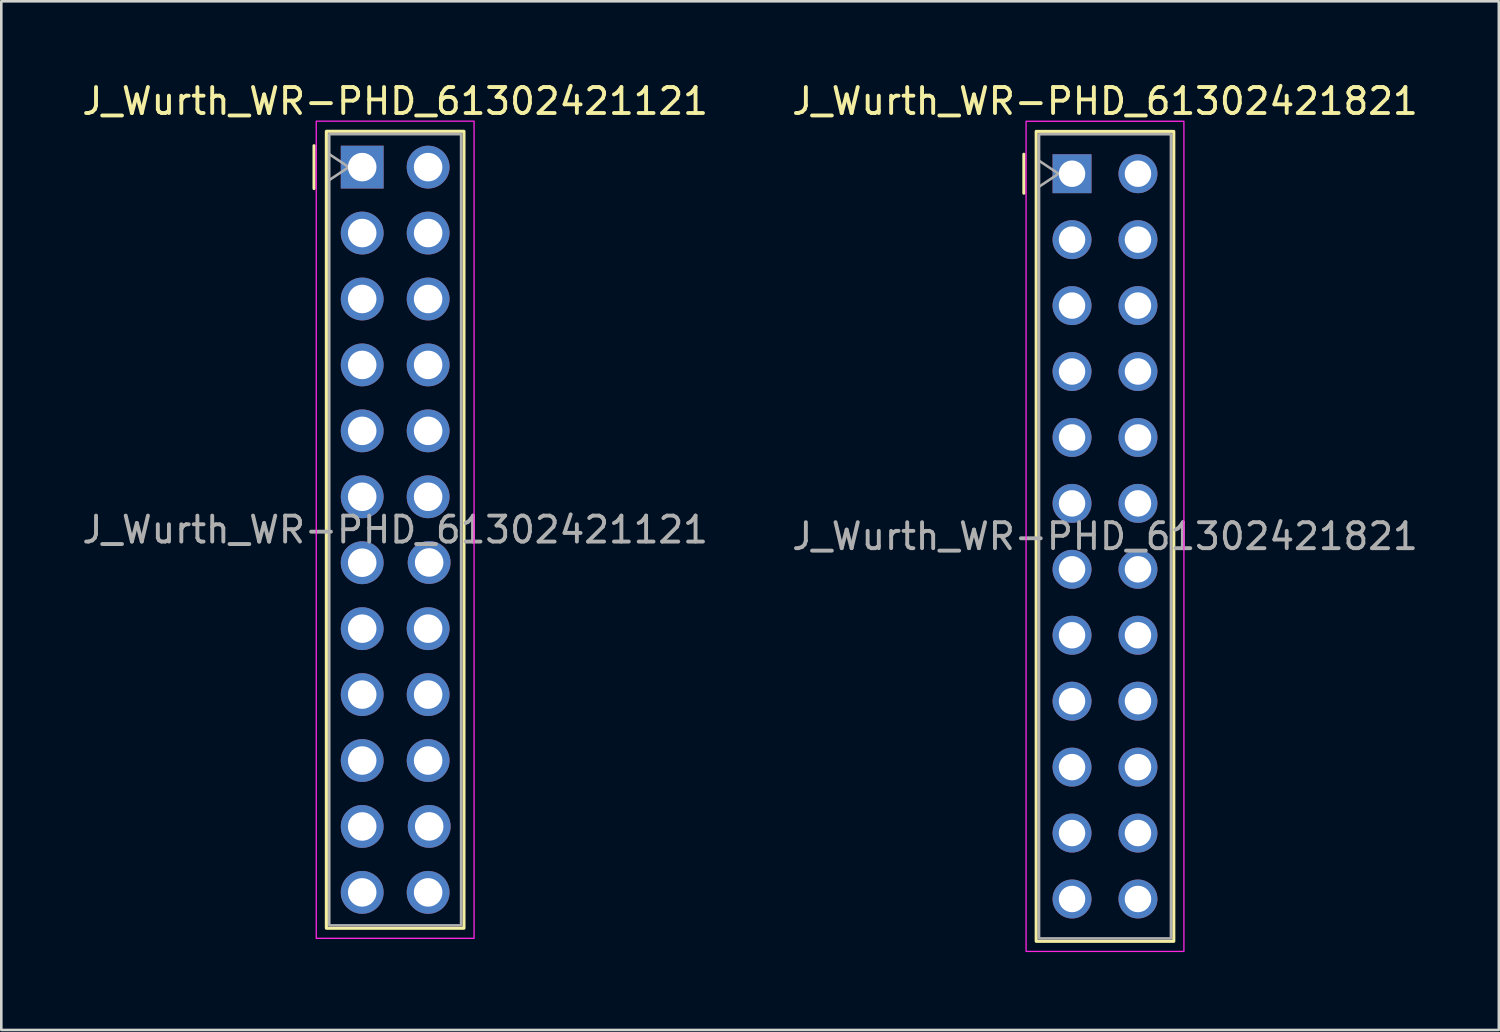
<source format=kicad_pcb>
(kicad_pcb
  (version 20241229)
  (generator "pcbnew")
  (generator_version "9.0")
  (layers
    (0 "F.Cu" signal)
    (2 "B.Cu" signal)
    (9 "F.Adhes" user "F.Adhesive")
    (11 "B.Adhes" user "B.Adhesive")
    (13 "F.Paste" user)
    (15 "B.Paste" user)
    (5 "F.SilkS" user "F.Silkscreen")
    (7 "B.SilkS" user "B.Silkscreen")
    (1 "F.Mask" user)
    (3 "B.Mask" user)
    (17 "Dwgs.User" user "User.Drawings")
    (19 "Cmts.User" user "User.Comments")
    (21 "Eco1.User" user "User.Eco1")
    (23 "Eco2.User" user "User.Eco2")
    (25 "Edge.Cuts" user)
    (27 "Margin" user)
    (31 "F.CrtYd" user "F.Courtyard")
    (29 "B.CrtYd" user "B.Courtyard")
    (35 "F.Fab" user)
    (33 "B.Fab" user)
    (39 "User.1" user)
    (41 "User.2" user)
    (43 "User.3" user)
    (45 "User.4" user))
  (footprint "J_Wurth_WR-PHD_61302421121"
    (layer "F.Cu")
    (at 10.903 3.388)
    (property "Reference" "J_Wurth_WR-PHD_61302421121" (at 1.27 -2.54 0) (unlocked yes) (layer "F.SilkS") (effects (font (size 1 1) (thickness 0.15))))
    (attr through_hole)
    (fp_line (start -1.855 -0.825) (end -1.855 0.825) (stroke (width 0.12) (type solid)) (layer "F.SilkS"))
    (fp_rect (start -1.38 -1.38) (end 3.92 29.32) (stroke (width 0.12) (type solid)) (fill no) (layer "F.SilkS"))
    (fp_rect (start -1.77 -1.77) (end 4.31 29.71) (stroke (width 0.05) (type solid)) (fill no) (layer "F.CrtYd"))
    (fp_line (start -1.27 -0.5) (end -0.52 0) (stroke (width 0.1) (type solid)) (layer "F.Fab"))
    (fp_line (start -0.52 0) (end -1.27 0.5) (stroke (width 0.1) (type solid)) (layer "F.Fab"))
    (fp_rect (start -1.27 -1.27) (end 3.81 29.21) (stroke (width 0.1) (type solid)) (fill no) (layer "F.Fab"))
    (fp_text user "${REFERENCE}" (at 1.27 13.97 0) (unlocked yes) (layer "F.Fab") (effects (font (size 1 1) (thickness 0.15))))
    (pad "1" thru_hole rect (at 0 0 270) (size 1.65 1.65) (drill 1.1) (layers "*.Cu" "*.Mask"))
    (pad "2" thru_hole circle (at 2.54 0 270) (size 1.65 1.65) (drill 1.1) (layers "*.Cu" "*.Mask"))
    (pad "3" thru_hole circle (at 0 2.54 270) (size 1.65 1.65) (drill 1.1) (layers "*.Cu" "*.Mask"))
    (pad "4" thru_hole circle (at 2.54 2.54 270) (size 1.65 1.65) (drill 1.1) (layers "*.Cu" "*.Mask"))
    (pad "5" thru_hole circle (at 0 5.08 270) (size 1.65 1.65) (drill 1.1) (layers "*.Cu" "*.Mask"))
    (pad "6" thru_hole circle (at 2.54 5.08 270) (size 1.65 1.65) (drill 1.1) (layers "*.Cu" "*.Mask"))
    (pad "7" thru_hole circle (at 0 7.62 270) (size 1.65 1.65) (drill 1.1) (layers "*.Cu" "*.Mask"))
    (pad "8" thru_hole circle (at 2.54 7.62 270) (size 1.65 1.65) (drill 1.1) (layers "*.Cu" "*.Mask"))
    (pad "9" thru_hole circle (at 0 10.16 270) (size 1.65 1.65) (drill 1.1) (layers "*.Cu" "*.Mask"))
    (pad "10" thru_hole circle (at 2.54 10.16 270) (size 1.65 1.65) (drill 1.1) (layers "*.Cu" "*.Mask"))
    (pad "11" thru_hole circle (at 0 12.7 270) (size 1.65 1.65) (drill 1.1) (layers "*.Cu" "*.Mask"))
    (pad "12" thru_hole circle (at 2.54 12.7 270) (size 1.65 1.65) (drill 1.1) (layers "*.Cu" "*.Mask"))
    (pad "13" thru_hole circle (at 0 15.24 270) (size 1.65 1.65) (drill 1.1) (layers "*.Cu" "*.Mask"))
    (pad "14" thru_hole circle (at 2.579 15.23 270) (size 1.65 1.65) (drill 1.1) (layers "*.Cu" "*.Mask"))
    (pad "15" thru_hole circle (at 0 17.78 270) (size 1.65 1.65) (drill 1.1) (layers "*.Cu" "*.Mask"))
    (pad "16" thru_hole circle (at 2.54 17.78 270) (size 1.65 1.65) (drill 1.1) (layers "*.Cu" "*.Mask"))
    (pad "17" thru_hole circle (at 0 20.32 270) (size 1.65 1.65) (drill 1.1) (layers "*.Cu" "*.Mask"))
    (pad "18" thru_hole circle (at 2.54 20.32 270) (size 1.65 1.65) (drill 1.1) (layers "*.Cu" "*.Mask"))
    (pad "19" thru_hole circle (at 0 22.86 270) (size 1.65 1.65) (drill 1.1) (layers "*.Cu" "*.Mask"))
    (pad "20" thru_hole circle (at 2.54 22.86 270) (size 1.65 1.65) (drill 1.1) (layers "*.Cu" "*.Mask"))
    (pad "21" thru_hole circle (at 0 25.4 270) (size 1.65 1.65) (drill 1.1) (layers "*.Cu" "*.Mask"))
    (pad "22" thru_hole circle (at 2.581 25.398 270) (size 1.65 1.65) (drill 1.1) (layers "*.Cu" "*.Mask"))
    (pad "23" thru_hole circle (at 0 27.94 270) (size 1.65 1.65) (drill 1.1) (layers "*.Cu" "*.Mask"))
    (pad "24" thru_hole circle (at 2.54 27.94 270) (size 1.65 1.65) (drill 1.1) (layers "*.Cu" "*.Mask")))
  (footprint "J_Wurth_WR-PHD_61302421821"
    (layer "F.Cu")
    (at 38.248 3.642)
    (property "Reference" "J_Wurth_WR-PHD_61302421821" (at 1.27 -2.794 0) (unlocked yes) (layer "F.SilkS") (effects (font (size 1 1) (thickness 0.15))))
    (attr through_hole)
    (fp_line (start -1.855 -0.75) (end -1.855 0.75) (stroke (width 0.12) (type solid)) (layer "F.SilkS"))
    (fp_rect (start -1.38 -1.63) (end 3.92 29.57) (stroke (width 0.12) (type solid)) (fill no) (layer "F.SilkS"))
    (fp_rect (start -1.77 -2.02) (end 4.31 29.96) (stroke (width 0.05) (type solid)) (fill no) (layer "F.CrtYd"))
    (fp_line (start -1.27 -0.5) (end -0.52 0) (stroke (width 0.1) (type solid)) (layer "F.Fab"))
    (fp_line (start -0.52 0) (end -1.27 0.5) (stroke (width 0.1) (type solid)) (layer "F.Fab"))
    (fp_rect (start -1.27 -1.52) (end 3.81 29.46) (stroke (width 0.1) (type solid)) (fill no) (layer "F.Fab"))
    (fp_text user "${REFERENCE}" (at 1.27 13.97 0) (unlocked yes) (layer "F.Fab") (effects (font (size 1 1) (thickness 0.15))))
    (pad "1" thru_hole rect (at 0 0) (size 1.5 1.5) (drill 1.02) (layers "*.Cu" "*.Mask"))
    (pad "2" thru_hole circle (at 2.54 0) (size 1.5 1.5) (drill 1.02) (layers "*.Cu" "*.Mask"))
    (pad "3" thru_hole circle (at 0 2.54) (size 1.5 1.5) (drill 1.02) (layers "*.Cu" "*.Mask"))
    (pad "4" thru_hole circle (at 2.54 2.54) (size 1.5 1.5) (drill 1.02) (layers "*.Cu" "*.Mask"))
    (pad "5" thru_hole circle (at 0 5.08) (size 1.5 1.5) (drill 1.02) (layers "*.Cu" "*.Mask"))
    (pad "6" thru_hole circle (at 2.54 5.08) (size 1.5 1.5) (drill 1.02) (layers "*.Cu" "*.Mask"))
    (pad "7" thru_hole circle (at 0 7.62) (size 1.5 1.5) (drill 1.02) (layers "*.Cu" "*.Mask"))
    (pad "8" thru_hole circle (at 2.54 7.62) (size 1.5 1.5) (drill 1.02) (layers "*.Cu" "*.Mask"))
    (pad "9" thru_hole circle (at 0 10.16) (size 1.5 1.5) (drill 1.02) (layers "*.Cu" "*.Mask"))
    (pad "10" thru_hole circle (at 2.54 10.16) (size 1.5 1.5) (drill 1.02) (layers "*.Cu" "*.Mask"))
    (pad "11" thru_hole circle (at 0 12.7) (size 1.5 1.5) (drill 1.02) (layers "*.Cu" "*.Mask"))
    (pad "12" thru_hole circle (at 2.54 12.7) (size 1.5 1.5) (drill 1.02) (layers "*.Cu" "*.Mask"))
    (pad "13" thru_hole circle (at 0 15.24) (size 1.5 1.5) (drill 1.02) (layers "*.Cu" "*.Mask"))
    (pad "14" thru_hole circle (at 2.54 15.24) (size 1.5 1.5) (drill 1.02) (layers "*.Cu" "*.Mask"))
    (pad "15" thru_hole circle (at 0 17.78) (size 1.5 1.5) (drill 1.02) (layers "*.Cu" "*.Mask"))
    (pad "16" thru_hole circle (at 2.54 17.78) (size 1.5 1.5) (drill 1.02) (layers "*.Cu" "*.Mask"))
    (pad "17" thru_hole circle (at 0 20.32) (size 1.5 1.5) (drill 1.02) (layers "*.Cu" "*.Mask"))
    (pad "18" thru_hole circle (at 2.54 20.32) (size 1.5 1.5) (drill 1.02) (layers "*.Cu" "*.Mask"))
    (pad "19" thru_hole circle (at 0 22.86) (size 1.5 1.5) (drill 1.02) (layers "*.Cu" "*.Mask"))
    (pad "20" thru_hole circle (at 2.54 22.86) (size 1.5 1.5) (drill 1.02) (layers "*.Cu" "*.Mask"))
    (pad "21" thru_hole circle (at 0 25.4) (size 1.5 1.5) (drill 1.02) (layers "*.Cu" "*.Mask"))
    (pad "22" thru_hole circle (at 2.54 25.4) (size 1.5 1.5) (drill 1.02) (layers "*.Cu" "*.Mask"))
    (pad "23" thru_hole circle (at 0 27.94) (size 1.5 1.5) (drill 1.02) (layers "*.Cu" "*.Mask"))
    (pad "24" thru_hole circle (at 2.54 27.94) (size 1.5 1.5) (drill 1.02) (layers "*.Cu" "*.Mask")))
  (gr_rect
    (start -3 -3)
    (end 54.69 36.627)
    (stroke (width 0.1) (type default))
    (fill no)
    (layer "Edge.Cuts")))
</source>
